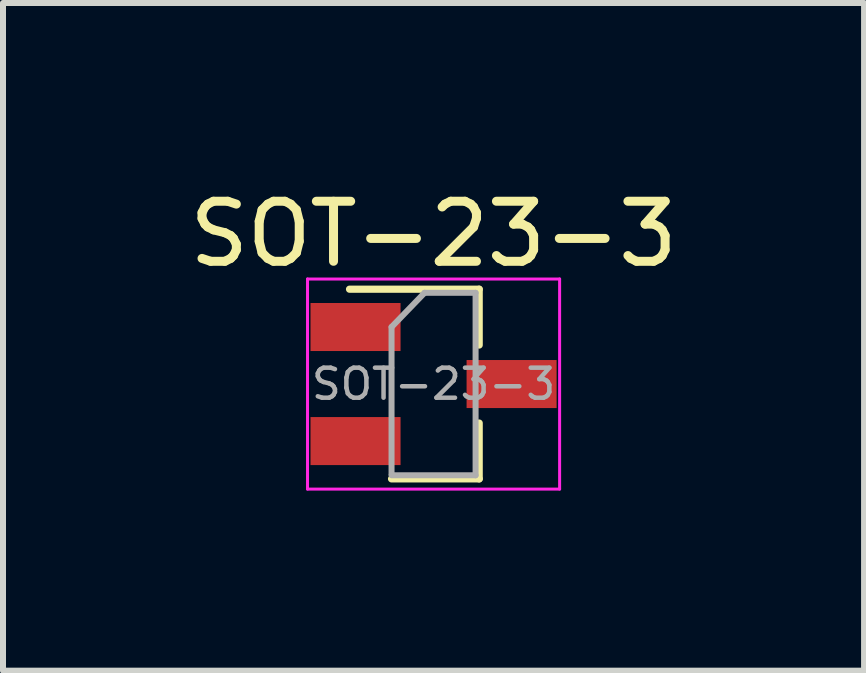
<source format=kicad_pcb>
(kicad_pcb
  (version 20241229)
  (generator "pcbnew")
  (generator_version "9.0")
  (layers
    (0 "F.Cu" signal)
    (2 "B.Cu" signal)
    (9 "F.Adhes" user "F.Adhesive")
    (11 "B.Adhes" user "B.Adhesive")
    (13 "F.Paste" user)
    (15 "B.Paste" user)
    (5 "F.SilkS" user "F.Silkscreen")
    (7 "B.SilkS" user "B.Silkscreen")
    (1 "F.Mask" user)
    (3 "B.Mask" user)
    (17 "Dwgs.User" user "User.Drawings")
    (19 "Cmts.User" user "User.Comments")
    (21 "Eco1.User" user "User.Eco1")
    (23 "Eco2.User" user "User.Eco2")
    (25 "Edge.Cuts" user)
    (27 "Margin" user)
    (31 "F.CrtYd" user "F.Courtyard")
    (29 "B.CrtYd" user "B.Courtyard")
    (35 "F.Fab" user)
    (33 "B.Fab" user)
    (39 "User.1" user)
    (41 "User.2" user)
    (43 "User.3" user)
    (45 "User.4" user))
  (footprint "SOT-23-3"
    (layer "F.Cu")
    (at 4.173 3.348)
    (property "Reference" "SOT-23-3" (at 0 -2.5 0) (layer "F.SilkS") (effects (font (size 1 1) (thickness 0.15))))
    (attr smd)
    (fp_line (start 0.76 -1.58) (end -1.4 -1.58) (stroke (width 0.12) (type solid)) (layer "F.SilkS"))
    (fp_line (start 0.76 -1.58) (end 0.76 -0.65) (stroke (width 0.12) (type solid)) (layer "F.SilkS"))
    (fp_line (start 0.76 1.58) (end -0.7 1.58) (stroke (width 0.12) (type solid)) (layer "F.SilkS"))
    (fp_line (start 0.76 1.58) (end 0.76 0.65) (stroke (width 0.12) (type solid)) (layer "F.SilkS"))
    (fp_line (start -2.1 -1.75) (end 2.1 -1.75) (stroke (width 0.05) (type solid)) (layer "F.CrtYd"))
    (fp_line (start -2.1 1.75) (end -2.1 -1.75) (stroke (width 0.05) (type solid)) (layer "F.CrtYd"))
    (fp_line (start 2.1 -1.75) (end 2.1 1.75) (stroke (width 0.05) (type solid)) (layer "F.CrtYd"))
    (fp_line (start 2.1 1.75) (end -2.1 1.75) (stroke (width 0.05) (type solid)) (layer "F.CrtYd"))
    (fp_line (start -0.7 -0.95) (end -0.7 1.5) (stroke (width 0.1) (type solid)) (layer "F.Fab"))
    (fp_line (start -0.7 -0.95) (end -0.15 -1.52) (stroke (width 0.1) (type solid)) (layer "F.Fab"))
    (fp_line (start -0.7 1.52) (end 0.7 1.52) (stroke (width 0.1) (type solid)) (layer "F.Fab"))
    (fp_line (start -0.15 -1.52) (end 0.7 -1.52) (stroke (width 0.1) (type solid)) (layer "F.Fab"))
    (fp_line (start 0.7 -1.52) (end 0.7 1.52) (stroke (width 0.1) (type solid)) (layer "F.Fab"))
    (fp_text user "${REFERENCE}" (at 0 0 0) (layer "F.Fab") (effects (font (size 0.5 0.5) (thickness 0.075))))
    (pad "1" smd rect (at -1.3 0.95) (size 1.5 0.8) (layers "F.Cu" "F.Mask" "F.Paste"))
    (pad "2" smd rect (at -1.3 -0.95) (size 1.5 0.8) (layers "F.Cu" "F.Mask" "F.Paste"))
    (pad "3" smd rect (at 1.3 0) (size 1.5 0.8) (layers "F.Cu" "F.Mask" "F.Paste")))
  (gr_rect
    (start -3 -3)
    (end 11.345 8.123)
    (stroke (width 0.1) (type default))
    (fill no)
    (layer "Edge.Cuts")))
</source>
